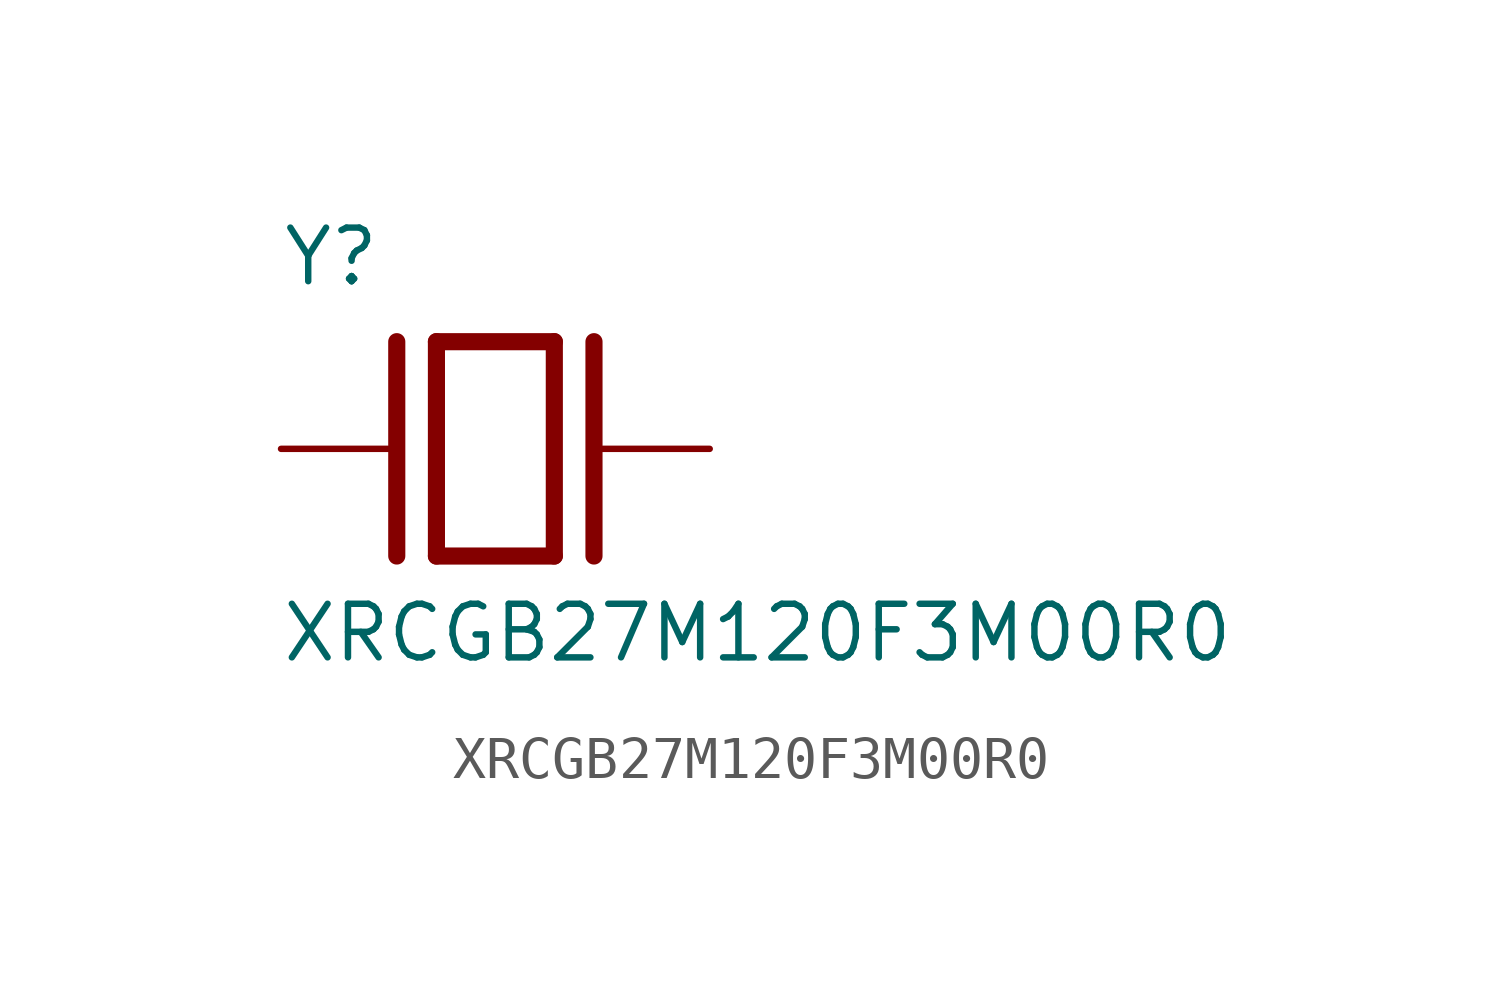
<source format=kicad_sym>
(kicad_symbol_lib
  (version 20211014)
  (generator kicad_symbol_editor)
  (symbol "XRCGB27M120F3M00R0"
    (pin_numbers hide)
    (pin_names
      (offset 1.016) hide)
    (property "Reference" "Y"
      (at -5.08 3.81 0)
      (effects (font (size 1.27 1.27)) (justify left bottom)))
    (property "Value" "XRCGB27M120F3M00R0"
      (at -5.105 -5.105 0)
      (effects (font (size 1.27 1.27)) (justify left bottom)))
    (property "ki_locked" ""
      (at 0 0 0)
      (effects (font (size 1.27 1.27))))
    (symbol "XRCGB27M120F3M00R0_0_0"
      (polyline (pts (xy -2.337 2.54) (xy -2.337 -2.54)) (stroke (width 0.406) (type default) (color 0 0 0 0)) (fill (type none)))
      (polyline (pts (xy -1.397 2.54) (xy -1.397 -2.54)) (stroke (width 0.406) (type default) (color 0 0 0 0)) (fill (type none)))
      (polyline (pts (xy -1.397 2.54) (xy 1.397 2.54)) (stroke (width 0.406) (type default) (color 0 0 0 0)) (fill (type none)))
      (polyline (pts (xy 1.397 -2.54) (xy -1.397 -2.54)) (stroke (width 0.406) (type default) (color 0 0 0 0)) (fill (type none)))
      (polyline (pts (xy 1.397 2.54) (xy 1.397 -2.54)) (stroke (width 0.406) (type default) (color 0 0 0 0)) (fill (type none)))
      (polyline (pts (xy 2.337 2.54) (xy 2.337 -2.54)) (stroke (width 0.406) (type default) (color 0 0 0 0)) (fill (type none)))
      (pin passive line (at -5.08 0 0) (length 2.54) (name "~" (effects (font (size 1.016 1.016)))) (number "1" (effects (font (size 1.016 1.016)))))
      (pin passive line (at 5.08 0 180) (length 2.54) (name "~" (effects (font (size 1.016 1.016)))) (number "3" (effects (font (size 1.016 1.016))))))
    (symbol "XRCGB27M120F3M00R0_1_1"
      (pin no_connect line (at 0 3.81 0) (length 3) hide (name "nc" (effects (font (size 1 1)))) (number "2" (effects (font (size 1 1)))))
      (pin no_connect line (at 0 5.08 0) (length 3) hide (name "nc" (effects (font (size 1 1)))) (number "4" (effects (font (size 1 1))))))))
</source>
